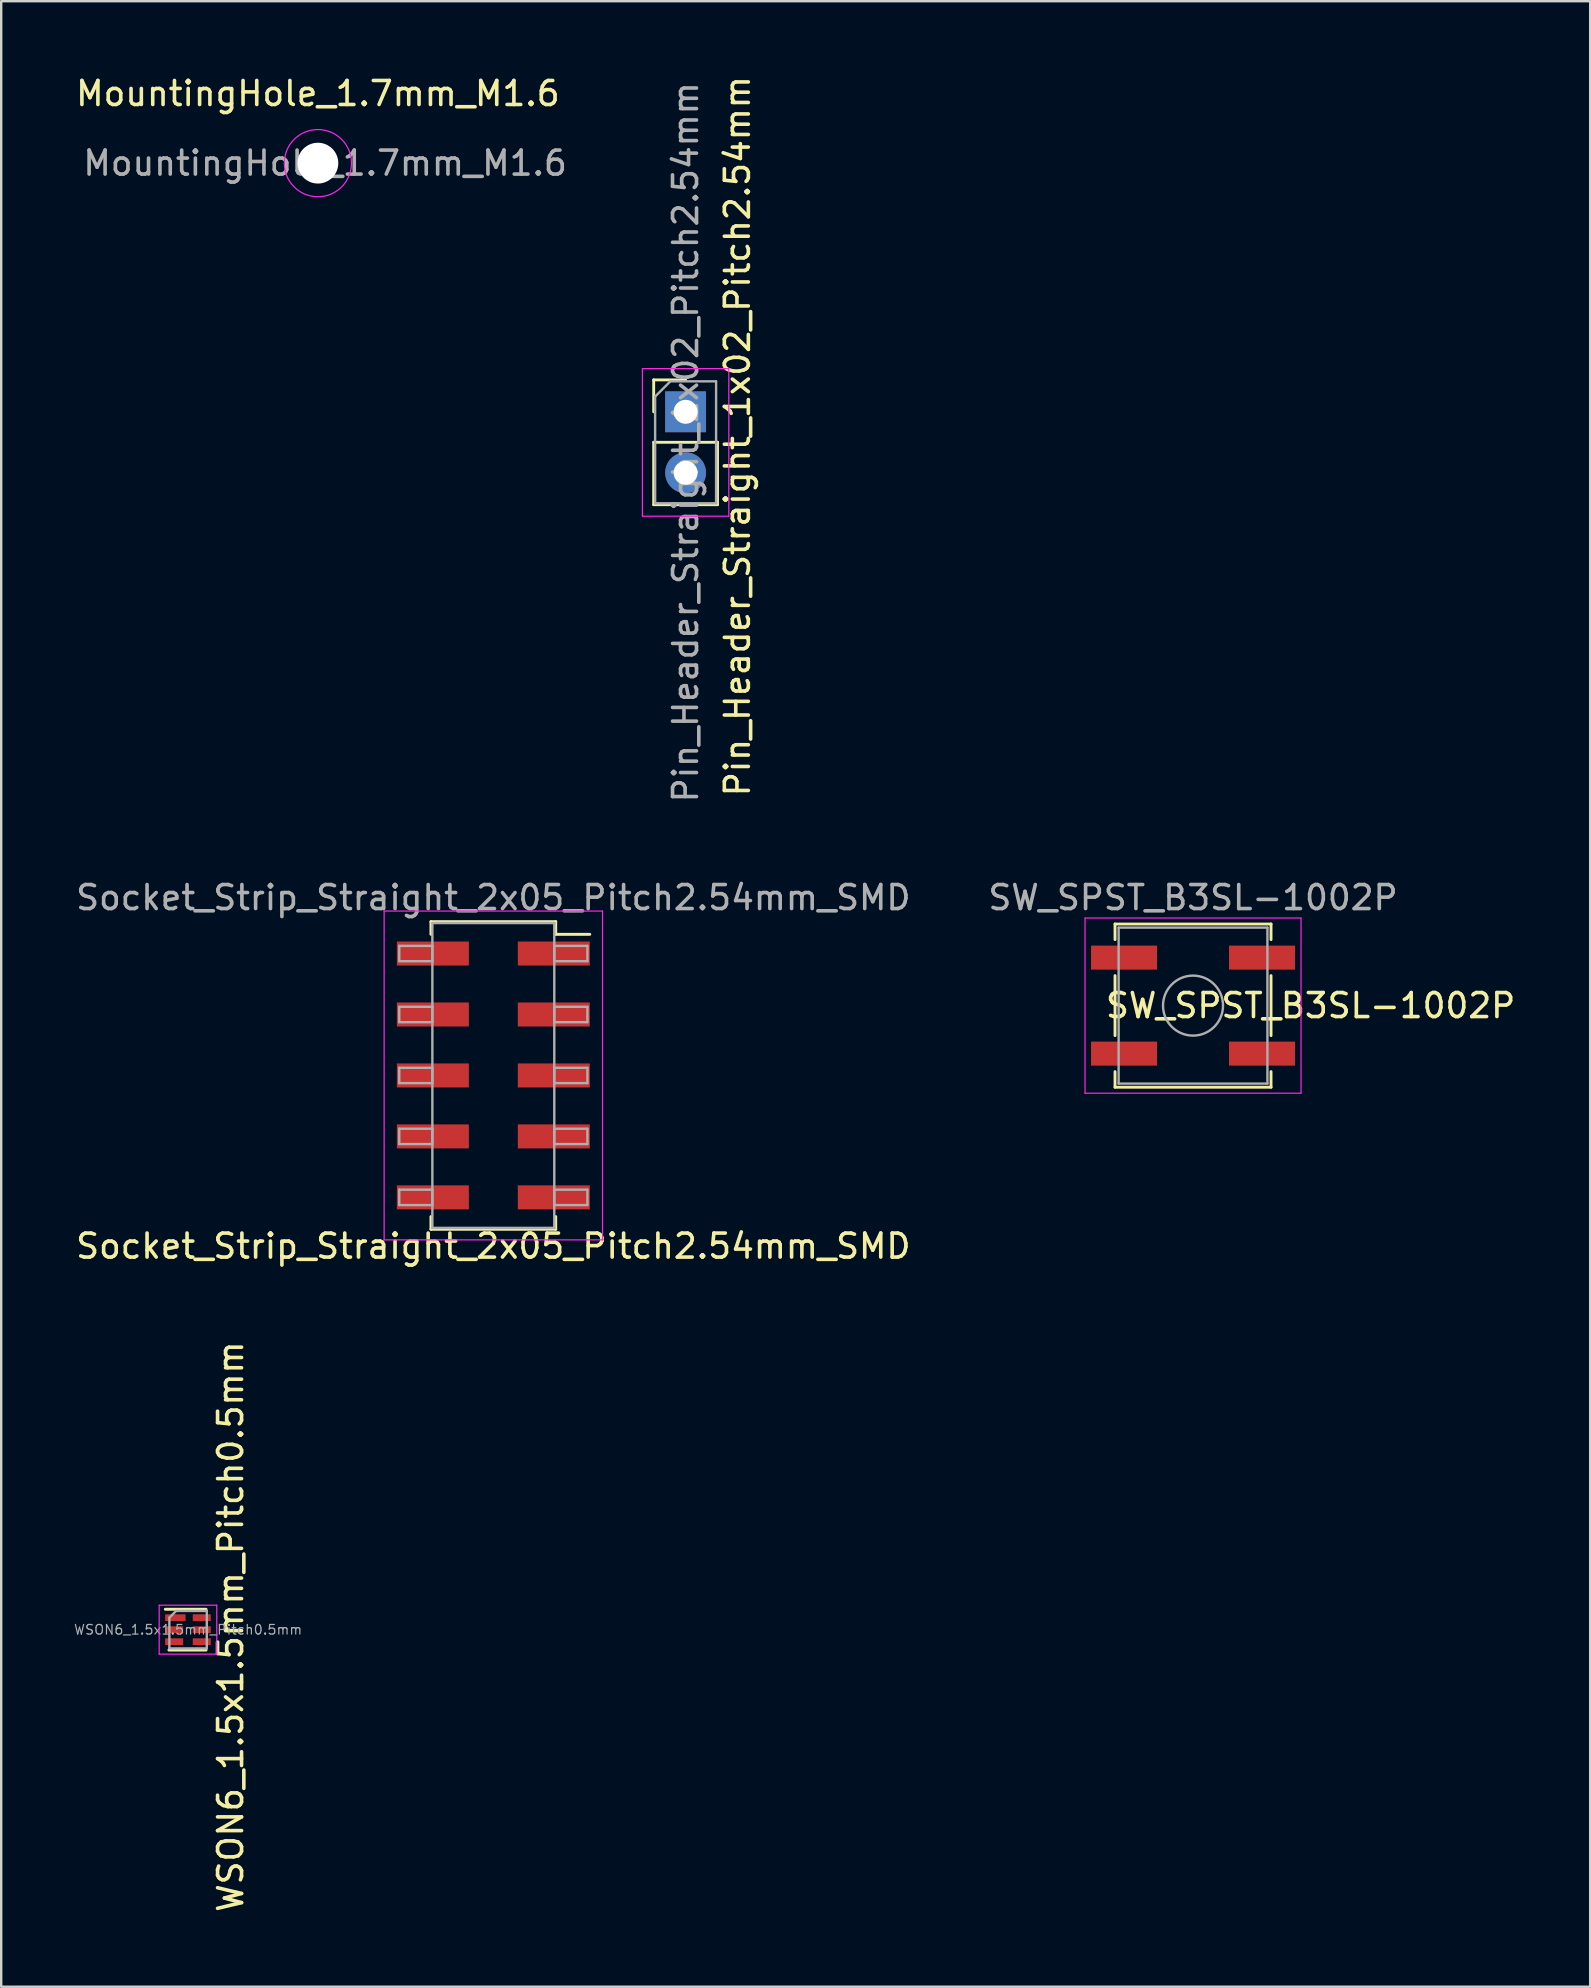
<source format=kicad_pcb>
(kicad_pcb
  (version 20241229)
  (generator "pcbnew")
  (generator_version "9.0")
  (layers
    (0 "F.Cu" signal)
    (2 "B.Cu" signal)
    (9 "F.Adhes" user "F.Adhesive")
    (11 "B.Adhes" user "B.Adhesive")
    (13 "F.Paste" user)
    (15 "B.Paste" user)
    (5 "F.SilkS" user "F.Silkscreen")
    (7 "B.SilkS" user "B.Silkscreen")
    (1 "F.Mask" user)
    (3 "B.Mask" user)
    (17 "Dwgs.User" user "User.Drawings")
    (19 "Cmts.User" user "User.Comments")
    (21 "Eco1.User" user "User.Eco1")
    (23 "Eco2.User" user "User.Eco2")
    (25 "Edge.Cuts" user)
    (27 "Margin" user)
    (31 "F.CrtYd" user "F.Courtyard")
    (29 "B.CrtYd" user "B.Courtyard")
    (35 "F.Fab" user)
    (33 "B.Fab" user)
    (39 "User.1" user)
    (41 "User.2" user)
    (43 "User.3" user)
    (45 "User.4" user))
  (footprint "Pin_Header_Straight_1x02_Pitch2.54mm"
    (layer "F.Cu")
    (at 25.518 14.109)
    (property "Reference" "Pin_Header_Straight_1x02_Pitch2.54mm" (at 2.159 1.016 90) (layer "F.SilkS") (effects (font (size 1 1) (thickness 0.15))))
    (attr through_hole)
    (fp_line (start -1.33 -1.33) (end 0 -1.33) (stroke (width 0.12) (type solid)) (layer "F.SilkS"))
    (fp_line (start -1.33 0) (end -1.33 -1.33) (stroke (width 0.12) (type solid)) (layer "F.SilkS"))
    (fp_line (start -1.33 1.27) (end -1.33 3.87) (stroke (width 0.12) (type solid)) (layer "F.SilkS"))
    (fp_line (start -1.33 1.27) (end 1.33 1.27) (stroke (width 0.12) (type solid)) (layer "F.SilkS"))
    (fp_line (start -1.33 3.87) (end 1.33 3.87) (stroke (width 0.12) (type solid)) (layer "F.SilkS"))
    (fp_line (start 1.33 1.27) (end 1.33 3.87) (stroke (width 0.12) (type solid)) (layer "F.SilkS"))
    (fp_line (start -1.8 -1.8) (end -1.8 4.35) (stroke (width 0.05) (type solid)) (layer "F.CrtYd"))
    (fp_line (start -1.8 4.35) (end 1.8 4.35) (stroke (width 0.05) (type solid)) (layer "F.CrtYd"))
    (fp_line (start 1.8 -1.8) (end -1.8 -1.8) (stroke (width 0.05) (type solid)) (layer "F.CrtYd"))
    (fp_line (start 1.8 4.35) (end 1.8 -1.8) (stroke (width 0.05) (type solid)) (layer "F.CrtYd"))
    (fp_line (start -1.27 -0.635) (end -0.635 -1.27) (stroke (width 0.1) (type solid)) (layer "F.Fab"))
    (fp_line (start -1.27 3.81) (end -1.27 -0.635) (stroke (width 0.1) (type solid)) (layer "F.Fab"))
    (fp_line (start -0.635 -1.27) (end 1.27 -1.27) (stroke (width 0.1) (type solid)) (layer "F.Fab"))
    (fp_line (start 1.27 -1.27) (end 1.27 3.81) (stroke (width 0.1) (type solid)) (layer "F.Fab"))
    (fp_line (start 1.27 3.81) (end -1.27 3.81) (stroke (width 0.1) (type solid)) (layer "F.Fab"))
    (fp_text user "${REFERENCE}" (at 0 1.27 90) (layer "F.Fab") (effects (font (size 1 1) (thickness 0.15))))
    (pad "1" thru_hole rect (at 0 0) (size 1.7 1.7) (drill 1) (layers "*.Cu" "*.Mask"))
    (pad "2" thru_hole oval (at 0 2.54) (size 1.7 1.7) (drill 1) (layers "*.Cu" "*.Mask")))
  (footprint "MountingHole_1.7mm_M1.6"
    (layer "F.Cu")
    (at 10.196 3.748)
    (property "Reference" "MountingHole_1.7mm_M1.6" (at 0 -2.9 0) (layer "F.SilkS") (effects (font (size 1 1) (thickness 0.15))))
    (attr exclude_from_pos_files exclude_from_bom)
    (fp_circle (center 0 0) (end 1.4 0) (stroke (width 0.05) (type solid)) (fill no) (layer "F.CrtYd"))
    (fp_text user "${REFERENCE}" (at 0.3 0 0) (layer "F.Fab") (effects (font (size 1 1) (thickness 0.15))))
    (pad "" np_thru_hole circle (at 0 0) (size 1.7 1.7) (drill 1.7) (layers "*.Cu" "*.Mask")))
  (footprint "Socket_Strip_Straight_2x05_Pitch2.54mm_SMD"
    (layer "F.Cu")
    (at 17.506 41.762)
    (property "Reference" "Socket_Strip_Straight_2x05_Pitch2.54mm_SMD" (at 0 7.112 0) (layer "F.SilkS") (effects (font (size 1 1) (thickness 0.15))))
    (attr smd)
    (fp_line (start -2.6 -6.41) (end 2.6 -6.41) (stroke (width 0.12) (type solid)) (layer "F.SilkS"))
    (fp_line (start -2.6 -5.88) (end -2.6 -6.41) (stroke (width 0.12) (type solid)) (layer "F.SilkS"))
    (fp_line (start -2.6 5.88) (end -2.6 6.41) (stroke (width 0.12) (type solid)) (layer "F.SilkS"))
    (fp_line (start -2.6 6.41) (end 2.6 6.41) (stroke (width 0.12) (type solid)) (layer "F.SilkS"))
    (fp_line (start 2.6 -6.41) (end 2.6 -5.88) (stroke (width 0.12) (type solid)) (layer "F.SilkS"))
    (fp_line (start 2.6 6.41) (end 2.6 5.88) (stroke (width 0.12) (type solid)) (layer "F.SilkS"))
    (fp_line (start 4.02 -5.88) (end 2.6 -5.88) (stroke (width 0.12) (type solid)) (layer "F.SilkS"))
    (fp_line (start -4.55 -6.85) (end -4.55 6.85) (stroke (width 0.05) (type solid)) (layer "F.CrtYd"))
    (fp_line (start -4.55 6.85) (end 4.55 6.85) (stroke (width 0.05) (type solid)) (layer "F.CrtYd"))
    (fp_line (start 4.55 -6.85) (end -4.55 -6.85) (stroke (width 0.05) (type solid)) (layer "F.CrtYd"))
    (fp_line (start 4.55 6.85) (end 4.55 -6.85) (stroke (width 0.05) (type solid)) (layer "F.CrtYd"))
    (fp_line (start -3.92 -5.4) (end -2.54 -5.4) (stroke (width 0.1) (type solid)) (layer "F.Fab"))
    (fp_line (start -3.92 -4.76) (end -3.92 -5.4) (stroke (width 0.1) (type solid)) (layer "F.Fab"))
    (fp_line (start -3.92 -2.86) (end -2.54 -2.86) (stroke (width 0.1) (type solid)) (layer "F.Fab"))
    (fp_line (start -3.92 -2.22) (end -3.92 -2.86) (stroke (width 0.1) (type solid)) (layer "F.Fab"))
    (fp_line (start -3.92 -0.32) (end -2.54 -0.32) (stroke (width 0.1) (type solid)) (layer "F.Fab"))
    (fp_line (start -3.92 0.32) (end -3.92 -0.32) (stroke (width 0.1) (type solid)) (layer "F.Fab"))
    (fp_line (start -3.92 2.22) (end -2.54 2.22) (stroke (width 0.1) (type solid)) (layer "F.Fab"))
    (fp_line (start -3.92 2.86) (end -3.92 2.22) (stroke (width 0.1) (type solid)) (layer "F.Fab"))
    (fp_line (start -3.92 4.76) (end -2.54 4.76) (stroke (width 0.1) (type solid)) (layer "F.Fab"))
    (fp_line (start -3.92 5.4) (end -3.92 4.76) (stroke (width 0.1) (type solid)) (layer "F.Fab"))
    (fp_line (start -2.54 -6.35) (end -2.54 6.35) (stroke (width 0.1) (type solid)) (layer "F.Fab"))
    (fp_line (start -2.54 -5.4) (end -2.54 -4.76) (stroke (width 0.1) (type solid)) (layer "F.Fab"))
    (fp_line (start -2.54 -4.76) (end -3.92 -4.76) (stroke (width 0.1) (type solid)) (layer "F.Fab"))
    (fp_line (start -2.54 -2.86) (end -2.54 -2.22) (stroke (width 0.1) (type solid)) (layer "F.Fab"))
    (fp_line (start -2.54 -2.22) (end -3.92 -2.22) (stroke (width 0.1) (type solid)) (layer "F.Fab"))
    (fp_line (start -2.54 -0.32) (end -2.54 0.32) (stroke (width 0.1) (type solid)) (layer "F.Fab"))
    (fp_line (start -2.54 0.32) (end -3.92 0.32) (stroke (width 0.1) (type solid)) (layer "F.Fab"))
    (fp_line (start -2.54 2.22) (end -2.54 2.86) (stroke (width 0.1) (type solid)) (layer "F.Fab"))
    (fp_line (start -2.54 2.86) (end -3.92 2.86) (stroke (width 0.1) (type solid)) (layer "F.Fab"))
    (fp_line (start -2.54 4.76) (end -2.54 5.4) (stroke (width 0.1) (type solid)) (layer "F.Fab"))
    (fp_line (start -2.54 5.4) (end -3.92 5.4) (stroke (width 0.1) (type solid)) (layer "F.Fab"))
    (fp_line (start -2.54 6.35) (end 2.54 6.35) (stroke (width 0.1) (type solid)) (layer "F.Fab"))
    (fp_line (start 2.54 -6.35) (end -2.54 -6.35) (stroke (width 0.1) (type solid)) (layer "F.Fab"))
    (fp_line (start 2.54 -5.4) (end 2.54 -4.76) (stroke (width 0.1) (type solid)) (layer "F.Fab"))
    (fp_line (start 2.54 -4.76) (end 3.92 -4.76) (stroke (width 0.1) (type solid)) (layer "F.Fab"))
    (fp_line (start 2.54 -2.86) (end 2.54 -2.22) (stroke (width 0.1) (type solid)) (layer "F.Fab"))
    (fp_line (start 2.54 -2.22) (end 3.92 -2.22) (stroke (width 0.1) (type solid)) (layer "F.Fab"))
    (fp_line (start 2.54 -0.32) (end 2.54 0.32) (stroke (width 0.1) (type solid)) (layer "F.Fab"))
    (fp_line (start 2.54 0.32) (end 3.92 0.32) (stroke (width 0.1) (type solid)) (layer "F.Fab"))
    (fp_line (start 2.54 2.22) (end 2.54 2.86) (stroke (width 0.1) (type solid)) (layer "F.Fab"))
    (fp_line (start 2.54 2.86) (end 3.92 2.86) (stroke (width 0.1) (type solid)) (layer "F.Fab"))
    (fp_line (start 2.54 4.76) (end 2.54 5.4) (stroke (width 0.1) (type solid)) (layer "F.Fab"))
    (fp_line (start 2.54 5.4) (end 3.92 5.4) (stroke (width 0.1) (type solid)) (layer "F.Fab"))
    (fp_line (start 2.54 6.35) (end 2.54 -6.35) (stroke (width 0.1) (type solid)) (layer "F.Fab"))
    (fp_line (start 3.92 -5.4) (end 2.54 -5.4) (stroke (width 0.1) (type solid)) (layer "F.Fab"))
    (fp_line (start 3.92 -4.76) (end 3.92 -5.4) (stroke (width 0.1) (type solid)) (layer "F.Fab"))
    (fp_line (start 3.92 -2.86) (end 2.54 -2.86) (stroke (width 0.1) (type solid)) (layer "F.Fab"))
    (fp_line (start 3.92 -2.22) (end 3.92 -2.86) (stroke (width 0.1) (type solid)) (layer "F.Fab"))
    (fp_line (start 3.92 -0.32) (end 2.54 -0.32) (stroke (width 0.1) (type solid)) (layer "F.Fab"))
    (fp_line (start 3.92 0.32) (end 3.92 -0.32) (stroke (width 0.1) (type solid)) (layer "F.Fab"))
    (fp_line (start 3.92 2.22) (end 2.54 2.22) (stroke (width 0.1) (type solid)) (layer "F.Fab"))
    (fp_line (start 3.92 2.86) (end 3.92 2.22) (stroke (width 0.1) (type solid)) (layer "F.Fab"))
    (fp_line (start 3.92 4.76) (end 2.54 4.76) (stroke (width 0.1) (type solid)) (layer "F.Fab"))
    (fp_line (start 3.92 5.4) (end 3.92 4.76) (stroke (width 0.1) (type solid)) (layer "F.Fab"))
    (fp_text user "${REFERENCE}" (at 0 -7.41 0) (layer "F.Fab") (effects (font (size 1 1) (thickness 0.15))))
    (pad "1" smd rect (at 2.52 -5.08) (size 3 1) (layers "F.Cu" "F.Mask" "F.Paste"))
    (pad "2" smd rect (at -2.52 -5.08) (size 3 1) (layers "F.Cu" "F.Mask" "F.Paste"))
    (pad "3" smd rect (at 2.52 -2.54) (size 3 1) (layers "F.Cu" "F.Mask" "F.Paste"))
    (pad "4" smd rect (at -2.52 -2.54) (size 3 1) (layers "F.Cu" "F.Mask" "F.Paste"))
    (pad "5" smd rect (at 2.52 0) (size 3 1) (layers "F.Cu" "F.Mask" "F.Paste"))
    (pad "6" smd rect (at -2.52 0) (size 3 1) (layers "F.Cu" "F.Mask" "F.Paste"))
    (pad "7" smd rect (at 2.52 2.54) (size 3 1) (layers "F.Cu" "F.Mask" "F.Paste"))
    (pad "8" smd rect (at -2.52 2.54) (size 3 1) (layers "F.Cu" "F.Mask" "F.Paste"))
    (pad "9" smd rect (at 2.52 5.08) (size 3 1) (layers "F.Cu" "F.Mask" "F.Paste"))
    (pad "10" smd rect (at -2.52 5.08) (size 3 1) (layers "F.Cu" "F.Mask" "F.Paste")))
  (footprint "WSON6_1.5x1.5mm_Pitch0.5mm"
    (layer "F.Cu")
    (at 4.782 64.855)
    (property "Reference" "WSON6_1.5x1.5mm_Pitch0.5mm" (at 1.778 -0.127 90) (layer "F.SilkS") (effects (font (size 1 1) (thickness 0.15))))
    (attr smd)
    (fp_line (start -0.945 -0.85) (end 0.755 -0.85) (stroke (width 0.12) (type solid)) (layer "F.SilkS"))
    (fp_line (start -0.795 0.85) (end 0.755 0.85) (stroke (width 0.12) (type solid)) (layer "F.SilkS"))
    (fp_line (start -1.2 1.02) (end -1.2 -1.02) (stroke (width 0.05) (type solid)) (layer "F.CrtYd"))
    (fp_line (start -1.2 1.02) (end 1.2 1.02) (stroke (width 0.05) (type solid)) (layer "F.CrtYd"))
    (fp_line (start 1.2 -1.02) (end -1.2 -1.02) (stroke (width 0.05) (type solid)) (layer "F.CrtYd"))
    (fp_line (start 1.2 -1.02) (end 1.2 1.02) (stroke (width 0.05) (type solid)) (layer "F.CrtYd"))
    (fp_line (start -0.775 -0.5) (end -0.775 0.78) (stroke (width 0.1) (type solid)) (layer "F.Fab"))
    (fp_line (start -0.775 0.78) (end 0.785 0.78) (stroke (width 0.1) (type solid)) (layer "F.Fab"))
    (fp_line (start -0.495 -0.78) (end -0.775 -0.5) (stroke (width 0.1) (type solid)) (layer "F.Fab"))
    (fp_line (start 0.785 -0.78) (end -0.495 -0.78) (stroke (width 0.1) (type solid)) (layer "F.Fab"))
    (fp_line (start 0.785 -0.78) (end 0.785 0.78) (stroke (width 0.1) (type solid)) (layer "F.Fab"))
    (fp_text user "${REFERENCE}" (at 0.005 0 0) (layer "F.Fab") (effects (font (size 0.4 0.4) (thickness 0.05))))
    (pad "1" smd rect (at -0.525 -0.5 270) (size 0.28 0.85) (layers "F.Cu" "F.Mask" "F.Paste"))
    (pad "2" smd rect (at -0.575 0 270) (size 0.28 0.75) (layers "F.Cu" "F.Mask" "F.Paste"))
    (pad "3" smd rect (at -0.575 0.5 270) (size 0.28 0.75) (layers "F.Cu" "F.Mask" "F.Paste"))
    (pad "4" smd rect (at 0.575 0.5 270) (size 0.28 0.75) (layers "F.Cu" "F.Mask" "F.Paste"))
    (pad "5" smd rect (at 0.575 0 270) (size 0.28 0.75) (layers "F.Cu" "F.Mask" "F.Paste"))
    (pad "6" smd rect (at 0.575 -0.5 270) (size 0.28 0.75) (layers "F.Cu" "F.Mask" "F.Paste")))
  (footprint "SW_SPST_B3SL-1002P"
    (layer "F.Cu")
    (at 46.661 38.852)
    (property "Reference" "SW_SPST_B3SL-1002P" (at 4.9 0 0) (layer "F.SilkS") (effects (font (size 1 1) (thickness 0.15))))
    (attr smd)
    (fp_line (start -3.25 -3.4) (end -3.25 -2.75) (stroke (width 0.12) (type solid)) (layer "F.SilkS"))
    (fp_line (start -3.25 -1.25) (end -3.25 1.25) (stroke (width 0.12) (type solid)) (layer "F.SilkS"))
    (fp_line (start -3.25 3.4) (end -3.25 2.75) (stroke (width 0.12) (type solid)) (layer "F.SilkS"))
    (fp_line (start 3.25 -3.4) (end -3.25 -3.4) (stroke (width 0.12) (type solid)) (layer "F.SilkS"))
    (fp_line (start 3.25 -2.75) (end 3.25 -3.4) (stroke (width 0.12) (type solid)) (layer "F.SilkS"))
    (fp_line (start 3.25 -1.25) (end 3.25 1.25) (stroke (width 0.12) (type solid)) (layer "F.SilkS"))
    (fp_line (start 3.25 2.75) (end 3.25 3.4) (stroke (width 0.12) (type solid)) (layer "F.SilkS"))
    (fp_line (start 3.25 3.4) (end -3.25 3.4) (stroke (width 0.12) (type solid)) (layer "F.SilkS"))
    (fp_line (start -4.5 -3.65) (end -4.5 3.65) (stroke (width 0.05) (type solid)) (layer "F.CrtYd"))
    (fp_line (start -4.5 3.65) (end 4.5 3.65) (stroke (width 0.05) (type solid)) (layer "F.CrtYd"))
    (fp_line (start 4.5 -3.65) (end -4.5 -3.65) (stroke (width 0.05) (type solid)) (layer "F.CrtYd"))
    (fp_line (start 4.5 3.65) (end 4.5 -3.65) (stroke (width 0.05) (type solid)) (layer "F.CrtYd"))
    (fp_line (start -3.1 -3.25) (end 3.1 -3.25) (stroke (width 0.1) (type solid)) (layer "F.Fab"))
    (fp_line (start -3.1 3.25) (end -3.1 -3.25) (stroke (width 0.1) (type solid)) (layer "F.Fab"))
    (fp_line (start 3.1 -3.25) (end 3.1 3.25) (stroke (width 0.1) (type solid)) (layer "F.Fab"))
    (fp_line (start 3.1 3.25) (end -3.1 3.25) (stroke (width 0.1) (type solid)) (layer "F.Fab"))
    (fp_circle (center 0 0) (end 1.25 0) (stroke (width 0.1) (type solid)) (fill no) (layer "F.Fab"))
    (fp_text user "${REFERENCE}" (at 0 -4.5 0) (layer "F.Fab") (effects (font (size 1 1) (thickness 0.15))))
    (pad "1" smd rect (at -2.875 -2) (size 2.75 1) (layers "F.Cu" "F.Mask" "F.Paste"))
    (pad "1" smd rect (at 2.875 -2) (size 2.75 1) (layers "F.Cu" "F.Mask" "F.Paste"))
    (pad "2" smd rect (at -2.875 2) (size 2.75 1) (layers "F.Cu" "F.Mask" "F.Paste"))
    (pad "2" smd rect (at 2.875 2) (size 2.75 1) (layers "F.Cu" "F.Mask" "F.Paste")))
  (gr_rect
    (start -3 -3)
    (end 63.21 79.734)
    (stroke (width 0.1) (type default))
    (fill no)
    (layer "Edge.Cuts")))
</source>
